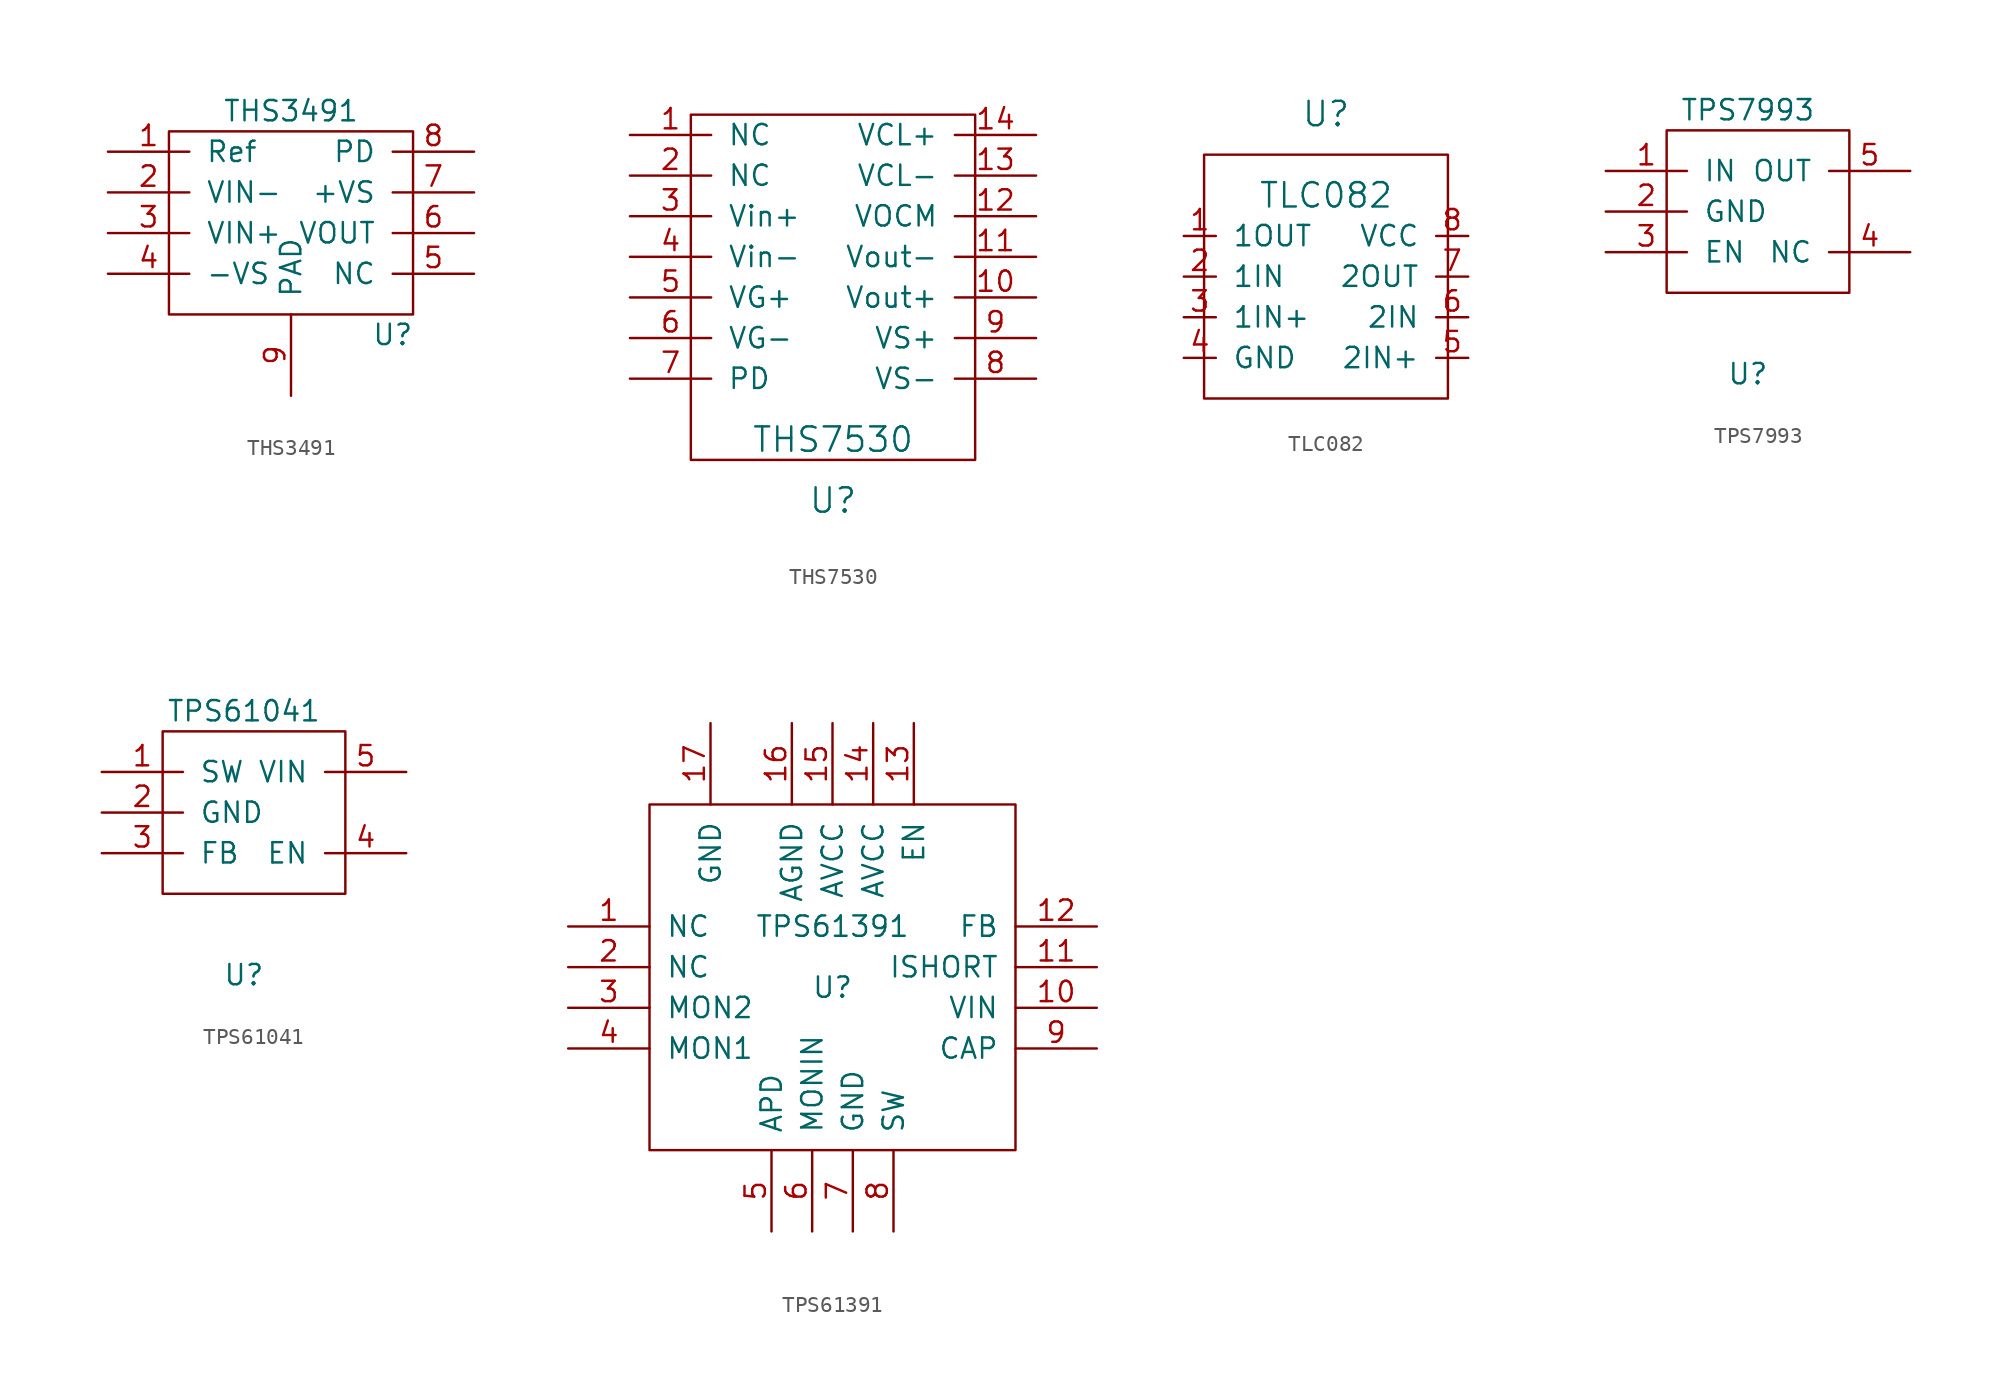
<source format=kicad_sym>
(kicad_symbol_lib
  (version 20220914)
  (generator kicad_symbol_editor)
  (symbol "THS3491"
    (pin_names
      (offset 1.016))
    (property "Reference" "U"
      (at 6.35 -7.62 0)
      (effects (font (size 1.27 1.27))))
    (property "Value" "THS3491"
      (at 0 6.35 0)
      (effects (font (size 1.27 1.27))))
    (symbol "THS3491_0_1"
      (rectangle (start -7.62 5.08) (end 7.62 -6.35) (stroke (width 0) (type solid)) (fill (type none))))
    (symbol "THS3491_1_1"
      (pin input line (at -11.43 3.81 0) (length 5.08) (name "Ref" (effects (font (size 1.27 1.27)))) (number "1" (effects (font (size 1.27 1.27)))))
      (pin input line (at -11.43 1.27 0) (length 5.08) (name "VIN-" (effects (font (size 1.27 1.27)))) (number "2" (effects (font (size 1.27 1.27)))))
      (pin input line (at -11.43 -1.27 0) (length 5.08) (name "VIN+" (effects (font (size 1.27 1.27)))) (number "3" (effects (font (size 1.27 1.27)))))
      (pin input line (at -11.43 -3.81 0) (length 5.08) (name "-VS" (effects (font (size 1.27 1.27)))) (number "4" (effects (font (size 1.27 1.27)))))
      (pin input line (at 11.43 -3.81 180) (length 5.08) (name "NC" (effects (font (size 1.27 1.27)))) (number "5" (effects (font (size 1.27 1.27)))))
      (pin input line (at 11.43 -1.27 180) (length 5.08) (name "VOUT" (effects (font (size 1.27 1.27)))) (number "6" (effects (font (size 1.27 1.27)))))
      (pin input line (at 11.43 1.27 180) (length 5.08) (name "+VS" (effects (font (size 1.27 1.27)))) (number "7" (effects (font (size 1.27 1.27)))))
      (pin input line (at 11.43 3.81 180) (length 5.08) (name "PD" (effects (font (size 1.27 1.27)))) (number "8" (effects (font (size 1.27 1.27)))))
      (pin input line (at 0 -11.43 90) (length 5.08) (name "PAD" (effects (font (size 1.27 1.27)))) (number "9" (effects (font (size 1.27 1.27)))))))
  (symbol "THS7530"
    (pin_names
      (offset 1.016))
    (property "Reference" "U"
      (at 0 -13.97 0)
      (effects (font (size 1.524 1.524))))
    (property "Value" "THS7530"
      (at 0 -10.16 0)
      (effects (font (size 1.524 1.524))))
    (property "Footprint" ""
      (at 0 0 0)
      (effects (font (size 1.524 1.524))))
    (property "Datasheet" ""
      (at 0 0 0)
      (effects (font (size 1.524 1.524))))
    (symbol "THS7530_0_1"
      (rectangle (start -8.89 10.16) (end 8.89 -11.43) (stroke (width 0) (type solid)) (fill (type none))))
    (symbol "THS7530_1_1"
      (pin input line (at -12.7 8.89 0) (length 5.08) (name "NC" (effects (font (size 1.27 1.27)))) (number "1" (effects (font (size 1.27 1.27)))))
      (pin input line (at 12.7 -1.27 180) (length 5.08) (name "Vout+" (effects (font (size 1.27 1.27)))) (number "10" (effects (font (size 1.27 1.27)))))
      (pin input line (at 12.7 1.27 180) (length 5.08) (name "Vout-" (effects (font (size 1.27 1.27)))) (number "11" (effects (font (size 1.27 1.27)))))
      (pin input line (at 12.7 3.81 180) (length 5.08) (name "VOCM" (effects (font (size 1.27 1.27)))) (number "12" (effects (font (size 1.27 1.27)))))
      (pin input line (at 12.7 6.35 180) (length 5.08) (name "VCL-" (effects (font (size 1.27 1.27)))) (number "13" (effects (font (size 1.27 1.27)))))
      (pin input line (at 12.7 8.89 180) (length 5.08) (name "VCL+" (effects (font (size 1.27 1.27)))) (number "14" (effects (font (size 1.27 1.27)))))
      (pin input line (at -12.7 6.35 0) (length 5.08) (name "NC" (effects (font (size 1.27 1.27)))) (number "2" (effects (font (size 1.27 1.27)))))
      (pin input line (at -12.7 3.81 0) (length 5.08) (name "Vin+" (effects (font (size 1.27 1.27)))) (number "3" (effects (font (size 1.27 1.27)))))
      (pin input line (at -12.7 1.27 0) (length 5.08) (name "Vin-" (effects (font (size 1.27 1.27)))) (number "4" (effects (font (size 1.27 1.27)))))
      (pin input line (at -12.7 -1.27 0) (length 5.08) (name "VG+" (effects (font (size 1.27 1.27)))) (number "5" (effects (font (size 1.27 1.27)))))
      (pin input line (at -12.7 -3.81 0) (length 5.08) (name "VG-" (effects (font (size 1.27 1.27)))) (number "6" (effects (font (size 1.27 1.27)))))
      (pin input line (at -12.7 -6.35 0) (length 5.08) (name "PD" (effects (font (size 1.27 1.27)))) (number "7" (effects (font (size 1.27 1.27)))))
      (pin input line (at 12.7 -6.35 180) (length 5.08) (name "VS-" (effects (font (size 1.27 1.27)))) (number "8" (effects (font (size 1.27 1.27)))))
      (pin input line (at 12.7 -3.81 180) (length 5.08) (name "VS+" (effects (font (size 1.27 1.27)))) (number "9" (effects (font (size 1.27 1.27)))))))
  (symbol "TLC082"
    (pin_names
      (offset 1.016))
    (property "Reference" "U"
      (at 0 11.43 0)
      (effects (font (size 1.524 1.524))))
    (property "Value" "TLC082"
      (at 0 6.35 0)
      (effects (font (size 1.524 1.524))))
    (property "Footprint" ""
      (at -2.54 0 0)
      (effects (font (size 1.524 1.524))))
    (property "Datasheet" ""
      (at -2.54 0 0)
      (effects (font (size 1.524 1.524))))
    (symbol "TLC082_0_0"
      (rectangle (start -7.62 8.89) (end 7.62 -6.35) (stroke (width 0) (type solid)) (fill (type none))))
    (symbol "TLC082_1_1"
      (pin input line (at -8.89 3.81 0) (length 2.007) (name "1OUT" (effects (font (size 1.27 1.27)))) (number "1" (effects (font (size 1.27 1.27)))))
      (pin input line (at -8.89 1.27 0) (length 2.007) (name "1IN" (effects (font (size 1.27 1.27)))) (number "2" (effects (font (size 1.27 1.27)))))
      (pin input line (at -8.89 -1.27 0) (length 2.007) (name "1IN+" (effects (font (size 1.27 1.27)))) (number "3" (effects (font (size 1.27 1.27)))))
      (pin input line (at -8.89 -3.81 0) (length 2.007) (name "GND" (effects (font (size 1.27 1.27)))) (number "4" (effects (font (size 1.27 1.27)))))
      (pin input line (at 8.89 -3.81 180) (length 2.007) (name "2IN+" (effects (font (size 1.27 1.27)))) (number "5" (effects (font (size 1.27 1.27)))))
      (pin input line (at 8.89 -1.27 180) (length 2.007) (name "2IN" (effects (font (size 1.27 1.27)))) (number "6" (effects (font (size 1.27 1.27)))))
      (pin input line (at 8.89 1.27 180) (length 2.007) (name "2OUT" (effects (font (size 1.27 1.27)))) (number "7" (effects (font (size 1.27 1.27)))))
      (pin input line (at 8.89 3.81 180) (length 2.007) (name "VCC" (effects (font (size 1.27 1.27)))) (number "8" (effects (font (size 1.27 1.27)))))))
  (symbol "TPS7993"
    (pin_names
      (offset 1.016))
    (property "Reference" "U"
      (at 0 -7.62 0)
      (effects (font (size 1.27 1.27))))
    (property "Value" "TPS7993"
      (at 0 8.89 0)
      (effects (font (size 1.27 1.27))))
    (symbol "TPS7993_0_1"
      (rectangle (start -5.08 7.62) (end 6.35 -2.54) (stroke (width 0) (type solid)) (fill (type none))))
    (symbol "TPS7993_1_1"
      (pin input line (at -8.89 5.08 0) (length 5.08) (name "IN" (effects (font (size 1.27 1.27)))) (number "1" (effects (font (size 1.27 1.27)))))
      (pin input line (at -8.89 2.54 0) (length 5.08) (name "GND" (effects (font (size 1.27 1.27)))) (number "2" (effects (font (size 1.27 1.27)))))
      (pin input line (at -8.89 0 0) (length 5.08) (name "EN" (effects (font (size 1.27 1.27)))) (number "3" (effects (font (size 1.27 1.27)))))
      (pin input line (at 10.16 0 180) (length 5.08) (name "NC" (effects (font (size 1.27 1.27)))) (number "4" (effects (font (size 1.27 1.27)))))
      (pin input line (at 10.16 5.08 180) (length 5.08) (name "OUT" (effects (font (size 1.27 1.27)))) (number "5" (effects (font (size 1.27 1.27)))))))
  (symbol "TPS61041"
    (pin_names
      (offset 1.016))
    (property "Reference" "U"
      (at 0 -7.62 0)
      (effects (font (size 1.27 1.27))))
    (property "Value" "TPS61041"
      (at 0 8.89 0)
      (effects (font (size 1.27 1.27))))
    (symbol "TPS61041_0_1"
      (rectangle (start -5.08 7.62) (end 6.35 -2.54) (stroke (width 0) (type solid)) (fill (type none))))
    (symbol "TPS61041_1_1"
      (pin input line (at -8.89 5.08 0) (length 5.08) (name "SW" (effects (font (size 1.27 1.27)))) (number "1" (effects (font (size 1.27 1.27)))))
      (pin input line (at -8.89 2.54 0) (length 5.08) (name "GND" (effects (font (size 1.27 1.27)))) (number "2" (effects (font (size 1.27 1.27)))))
      (pin input line (at -8.89 0 0) (length 5.08) (name "FB" (effects (font (size 1.27 1.27)))) (number "3" (effects (font (size 1.27 1.27)))))
      (pin input line (at 10.16 0 180) (length 5.08) (name "EN" (effects (font (size 1.27 1.27)))) (number "4" (effects (font (size 1.27 1.27)))))
      (pin input line (at 10.16 5.08 180) (length 5.08) (name "VIN" (effects (font (size 1.27 1.27)))) (number "5" (effects (font (size 1.27 1.27)))))))
  (symbol "TPS61391"
    (pin_names
      (offset 1.016))
    (property "Reference" "U"
      (at 0 0 0)
      (effects (font (size 1.27 1.27))))
    (property "Value" "TPS61391"
      (at 0 3.81 0)
      (effects (font (size 1.27 1.27))))
    (symbol "TPS61391_0_1"
      (rectangle (start -11.43 11.43) (end 11.43 -10.16) (stroke (width 0) (type solid)) (fill (type none))))
    (symbol "TPS61391_1_1"
      (pin input line (at -16.51 3.81 0) (length 5.08) (name "NC" (effects (font (size 1.27 1.27)))) (number "1" (effects (font (size 1.27 1.27)))))
      (pin input line (at 16.51 -1.27 180) (length 5.08) (name "VIN" (effects (font (size 1.27 1.27)))) (number "10" (effects (font (size 1.27 1.27)))))
      (pin input line (at 16.51 1.27 180) (length 5.08) (name "ISHORT" (effects (font (size 1.27 1.27)))) (number "11" (effects (font (size 1.27 1.27)))))
      (pin input line (at 16.51 3.81 180) (length 5.08) (name "FB" (effects (font (size 1.27 1.27)))) (number "12" (effects (font (size 1.27 1.27)))))
      (pin input line (at 5.08 16.51 270) (length 5.08) (name "EN" (effects (font (size 1.27 1.27)))) (number "13" (effects (font (size 1.27 1.27)))))
      (pin input line (at 2.54 16.51 270) (length 5.08) (name "AVCC" (effects (font (size 1.27 1.27)))) (number "14" (effects (font (size 1.27 1.27)))))
      (pin input line (at 0 16.51 270) (length 5.08) (name "AVCC" (effects (font (size 1.27 1.27)))) (number "15" (effects (font (size 1.27 1.27)))))
      (pin input line (at -2.54 16.51 270) (length 5.08) (name "AGND" (effects (font (size 1.27 1.27)))) (number "16" (effects (font (size 1.27 1.27)))))
      (pin input line (at -7.62 16.51 270) (length 5.08) (name "GND" (effects (font (size 1.27 1.27)))) (number "17" (effects (font (size 1.27 1.27)))))
      (pin input line (at -16.51 1.27 0) (length 5.08) (name "NC" (effects (font (size 1.27 1.27)))) (number "2" (effects (font (size 1.27 1.27)))))
      (pin input line (at -16.51 -1.27 0) (length 5.08) (name "MON2" (effects (font (size 1.27 1.27)))) (number "3" (effects (font (size 1.27 1.27)))))
      (pin input line (at -16.51 -3.81 0) (length 5.08) (name "MON1" (effects (font (size 1.27 1.27)))) (number "4" (effects (font (size 1.27 1.27)))))
      (pin input line (at -3.81 -15.24 90) (length 5.08) (name "APD" (effects (font (size 1.27 1.27)))) (number "5" (effects (font (size 1.27 1.27)))))
      (pin input line (at -1.27 -15.24 90) (length 5.08) (name "MONIN" (effects (font (size 1.27 1.27)))) (number "6" (effects (font (size 1.27 1.27)))))
      (pin input line (at 1.27 -15.24 90) (length 5.08) (name "GND" (effects (font (size 1.27 1.27)))) (number "7" (effects (font (size 1.27 1.27)))))
      (pin input line (at 3.81 -15.24 90) (length 5.08) (name "SW" (effects (font (size 1.27 1.27)))) (number "8" (effects (font (size 1.27 1.27)))))
      (pin input line (at 16.51 -3.81 180) (length 5.08) (name "CAP" (effects (font (size 1.27 1.27)))) (number "9" (effects (font (size 1.27 1.27))))))))
</source>
